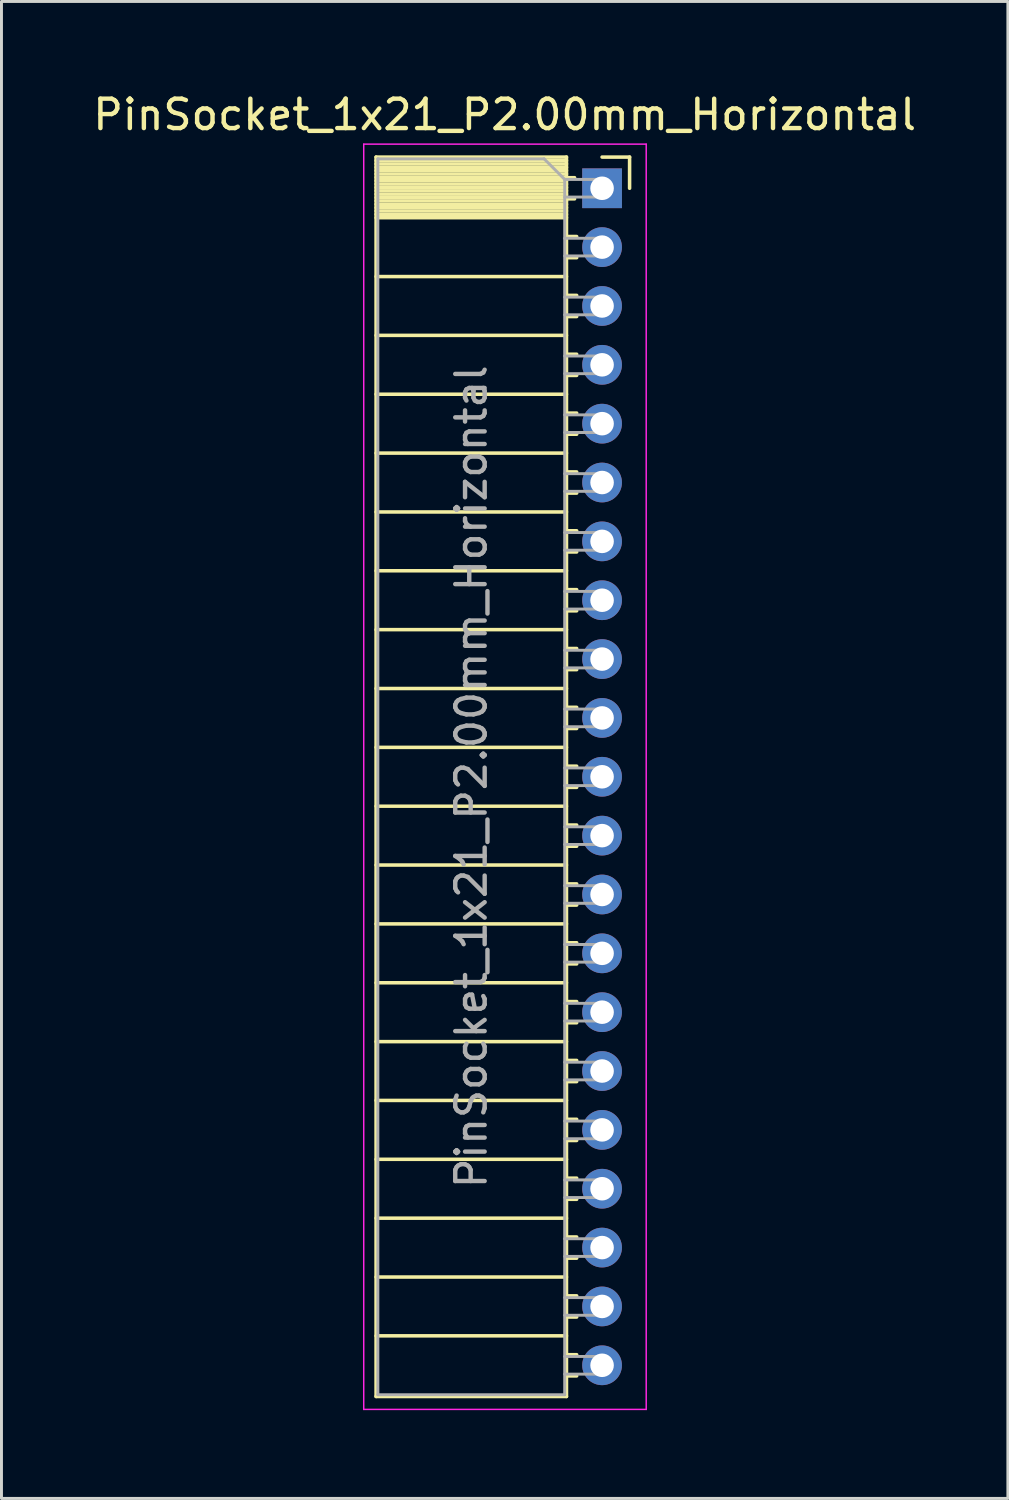
<source format=kicad_pcb>
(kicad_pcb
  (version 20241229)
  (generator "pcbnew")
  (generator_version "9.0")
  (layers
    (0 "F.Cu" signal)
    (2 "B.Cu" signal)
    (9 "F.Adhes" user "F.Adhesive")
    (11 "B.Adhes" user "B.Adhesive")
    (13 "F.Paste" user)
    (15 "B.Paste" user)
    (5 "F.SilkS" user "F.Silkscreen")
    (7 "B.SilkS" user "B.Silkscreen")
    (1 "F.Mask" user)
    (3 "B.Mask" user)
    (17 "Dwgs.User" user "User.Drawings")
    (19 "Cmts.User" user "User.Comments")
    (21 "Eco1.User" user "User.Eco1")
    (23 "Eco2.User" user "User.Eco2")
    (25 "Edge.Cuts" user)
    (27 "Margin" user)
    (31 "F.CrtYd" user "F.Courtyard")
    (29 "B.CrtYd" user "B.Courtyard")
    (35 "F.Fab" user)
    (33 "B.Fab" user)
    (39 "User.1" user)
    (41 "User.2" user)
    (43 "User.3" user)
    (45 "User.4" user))
  (footprint "PinSocket_1x21_P2.00mm_Horizontal"
    (layer "F.Cu")
    (at 17.411 3.348)
    (property "Reference" "PinSocket_1x21_P2.00mm_Horizontal" (at -3.31 -2.5 0) (layer "F.SilkS") (effects (font (size 1 1) (thickness 0.15))))
    (attr through_hole)
    (fp_line (start -7.68 -1.06) (end -7.68 41.06) (stroke (width 0.12) (type solid)) (layer "F.SilkS"))
    (fp_line (start -7.68 -1.06) (end -1.21 -1.06) (stroke (width 0.12) (type solid)) (layer "F.SilkS"))
    (fp_line (start -7.68 -0.94) (end -1.21 -0.94) (stroke (width 0.12) (type solid)) (layer "F.SilkS"))
    (fp_line (start -7.68 -0.826) (end -1.21 -0.826) (stroke (width 0.12) (type solid)) (layer "F.SilkS"))
    (fp_line (start -7.68 -0.712) (end -1.21 -0.712) (stroke (width 0.12) (type solid)) (layer "F.SilkS"))
    (fp_line (start -7.68 -0.598) (end -1.21 -0.598) (stroke (width 0.12) (type solid)) (layer "F.SilkS"))
    (fp_line (start -7.68 -0.484) (end -1.21 -0.484) (stroke (width 0.12) (type solid)) (layer "F.SilkS"))
    (fp_line (start -7.68 -0.369) (end -1.21 -0.369) (stroke (width 0.12) (type solid)) (layer "F.SilkS"))
    (fp_line (start -7.68 -0.255) (end -1.21 -0.255) (stroke (width 0.12) (type solid)) (layer "F.SilkS"))
    (fp_line (start -7.68 -0.141) (end -1.21 -0.141) (stroke (width 0.12) (type solid)) (layer "F.SilkS"))
    (fp_line (start -7.68 -0.027) (end -1.21 -0.027) (stroke (width 0.12) (type solid)) (layer "F.SilkS"))
    (fp_line (start -7.68 0.087) (end -1.21 0.087) (stroke (width 0.12) (type solid)) (layer "F.SilkS"))
    (fp_line (start -7.68 0.201) (end -1.21 0.201) (stroke (width 0.12) (type solid)) (layer "F.SilkS"))
    (fp_line (start -7.68 0.315) (end -1.21 0.315) (stroke (width 0.12) (type solid)) (layer "F.SilkS"))
    (fp_line (start -7.68 0.429) (end -1.21 0.429) (stroke (width 0.12) (type solid)) (layer "F.SilkS"))
    (fp_line (start -7.68 0.544) (end -1.21 0.544) (stroke (width 0.12) (type solid)) (layer "F.SilkS"))
    (fp_line (start -7.68 0.658) (end -1.21 0.658) (stroke (width 0.12) (type solid)) (layer "F.SilkS"))
    (fp_line (start -7.68 0.772) (end -1.21 0.772) (stroke (width 0.12) (type solid)) (layer "F.SilkS"))
    (fp_line (start -7.68 0.886) (end -1.21 0.886) (stroke (width 0.12) (type solid)) (layer "F.SilkS"))
    (fp_line (start -7.68 1) (end -1.21 1) (stroke (width 0.12) (type solid)) (layer "F.SilkS"))
    (fp_line (start -7.68 3) (end -1.21 3) (stroke (width 0.12) (type solid)) (layer "F.SilkS"))
    (fp_line (start -7.68 5) (end -1.21 5) (stroke (width 0.12) (type solid)) (layer "F.SilkS"))
    (fp_line (start -7.68 7) (end -1.21 7) (stroke (width 0.12) (type solid)) (layer "F.SilkS"))
    (fp_line (start -7.68 9) (end -1.21 9) (stroke (width 0.12) (type solid)) (layer "F.SilkS"))
    (fp_line (start -7.68 11) (end -1.21 11) (stroke (width 0.12) (type solid)) (layer "F.SilkS"))
    (fp_line (start -7.68 13) (end -1.21 13) (stroke (width 0.12) (type solid)) (layer "F.SilkS"))
    (fp_line (start -7.68 15) (end -1.21 15) (stroke (width 0.12) (type solid)) (layer "F.SilkS"))
    (fp_line (start -7.68 17) (end -1.21 17) (stroke (width 0.12) (type solid)) (layer "F.SilkS"))
    (fp_line (start -7.68 19) (end -1.21 19) (stroke (width 0.12) (type solid)) (layer "F.SilkS"))
    (fp_line (start -7.68 21) (end -1.21 21) (stroke (width 0.12) (type solid)) (layer "F.SilkS"))
    (fp_line (start -7.68 23) (end -1.21 23) (stroke (width 0.12) (type solid)) (layer "F.SilkS"))
    (fp_line (start -7.68 25) (end -1.21 25) (stroke (width 0.12) (type solid)) (layer "F.SilkS"))
    (fp_line (start -7.68 27) (end -1.21 27) (stroke (width 0.12) (type solid)) (layer "F.SilkS"))
    (fp_line (start -7.68 29) (end -1.21 29) (stroke (width 0.12) (type solid)) (layer "F.SilkS"))
    (fp_line (start -7.68 31) (end -1.21 31) (stroke (width 0.12) (type solid)) (layer "F.SilkS"))
    (fp_line (start -7.68 33) (end -1.21 33) (stroke (width 0.12) (type solid)) (layer "F.SilkS"))
    (fp_line (start -7.68 35) (end -1.21 35) (stroke (width 0.12) (type solid)) (layer "F.SilkS"))
    (fp_line (start -7.68 37) (end -1.21 37) (stroke (width 0.12) (type solid)) (layer "F.SilkS"))
    (fp_line (start -7.68 39) (end -1.21 39) (stroke (width 0.12) (type solid)) (layer "F.SilkS"))
    (fp_line (start -7.68 41.06) (end -1.21 41.06) (stroke (width 0.12) (type solid)) (layer "F.SilkS"))
    (fp_line (start -1.21 -1.06) (end -1.21 41.06) (stroke (width 0.12) (type solid)) (layer "F.SilkS"))
    (fp_line (start -1.21 -0.36) (end -0.935 -0.36) (stroke (width 0.12) (type solid)) (layer "F.SilkS"))
    (fp_line (start -1.21 0.36) (end -0.935 0.36) (stroke (width 0.12) (type solid)) (layer "F.SilkS"))
    (fp_line (start -1.21 1.64) (end -0.863 1.64) (stroke (width 0.12) (type solid)) (layer "F.SilkS"))
    (fp_line (start -1.21 2.36) (end -0.863 2.36) (stroke (width 0.12) (type solid)) (layer "F.SilkS"))
    (fp_line (start -1.21 3.64) (end -0.863 3.64) (stroke (width 0.12) (type solid)) (layer "F.SilkS"))
    (fp_line (start -1.21 4.36) (end -0.863 4.36) (stroke (width 0.12) (type solid)) (layer "F.SilkS"))
    (fp_line (start -1.21 5.64) (end -0.863 5.64) (stroke (width 0.12) (type solid)) (layer "F.SilkS"))
    (fp_line (start -1.21 6.36) (end -0.863 6.36) (stroke (width 0.12) (type solid)) (layer "F.SilkS"))
    (fp_line (start -1.21 7.64) (end -0.863 7.64) (stroke (width 0.12) (type solid)) (layer "F.SilkS"))
    (fp_line (start -1.21 8.36) (end -0.863 8.36) (stroke (width 0.12) (type solid)) (layer "F.SilkS"))
    (fp_line (start -1.21 9.64) (end -0.863 9.64) (stroke (width 0.12) (type solid)) (layer "F.SilkS"))
    (fp_line (start -1.21 10.36) (end -0.863 10.36) (stroke (width 0.12) (type solid)) (layer "F.SilkS"))
    (fp_line (start -1.21 11.64) (end -0.863 11.64) (stroke (width 0.12) (type solid)) (layer "F.SilkS"))
    (fp_line (start -1.21 12.36) (end -0.863 12.36) (stroke (width 0.12) (type solid)) (layer "F.SilkS"))
    (fp_line (start -1.21 13.64) (end -0.863 13.64) (stroke (width 0.12) (type solid)) (layer "F.SilkS"))
    (fp_line (start -1.21 14.36) (end -0.863 14.36) (stroke (width 0.12) (type solid)) (layer "F.SilkS"))
    (fp_line (start -1.21 15.64) (end -0.863 15.64) (stroke (width 0.12) (type solid)) (layer "F.SilkS"))
    (fp_line (start -1.21 16.36) (end -0.863 16.36) (stroke (width 0.12) (type solid)) (layer "F.SilkS"))
    (fp_line (start -1.21 17.64) (end -0.863 17.64) (stroke (width 0.12) (type solid)) (layer "F.SilkS"))
    (fp_line (start -1.21 18.36) (end -0.863 18.36) (stroke (width 0.12) (type solid)) (layer "F.SilkS"))
    (fp_line (start -1.21 19.64) (end -0.863 19.64) (stroke (width 0.12) (type solid)) (layer "F.SilkS"))
    (fp_line (start -1.21 20.36) (end -0.863 20.36) (stroke (width 0.12) (type solid)) (layer "F.SilkS"))
    (fp_line (start -1.21 21.64) (end -0.863 21.64) (stroke (width 0.12) (type solid)) (layer "F.SilkS"))
    (fp_line (start -1.21 22.36) (end -0.863 22.36) (stroke (width 0.12) (type solid)) (layer "F.SilkS"))
    (fp_line (start -1.21 23.64) (end -0.863 23.64) (stroke (width 0.12) (type solid)) (layer "F.SilkS"))
    (fp_line (start -1.21 24.36) (end -0.863 24.36) (stroke (width 0.12) (type solid)) (layer "F.SilkS"))
    (fp_line (start -1.21 25.64) (end -0.863 25.64) (stroke (width 0.12) (type solid)) (layer "F.SilkS"))
    (fp_line (start -1.21 26.36) (end -0.863 26.36) (stroke (width 0.12) (type solid)) (layer "F.SilkS"))
    (fp_line (start -1.21 27.64) (end -0.863 27.64) (stroke (width 0.12) (type solid)) (layer "F.SilkS"))
    (fp_line (start -1.21 28.36) (end -0.863 28.36) (stroke (width 0.12) (type solid)) (layer "F.SilkS"))
    (fp_line (start -1.21 29.64) (end -0.863 29.64) (stroke (width 0.12) (type solid)) (layer "F.SilkS"))
    (fp_line (start -1.21 30.36) (end -0.863 30.36) (stroke (width 0.12) (type solid)) (layer "F.SilkS"))
    (fp_line (start -1.21 31.64) (end -0.863 31.64) (stroke (width 0.12) (type solid)) (layer "F.SilkS"))
    (fp_line (start -1.21 32.36) (end -0.863 32.36) (stroke (width 0.12) (type solid)) (layer "F.SilkS"))
    (fp_line (start -1.21 33.64) (end -0.863 33.64) (stroke (width 0.12) (type solid)) (layer "F.SilkS"))
    (fp_line (start -1.21 34.36) (end -0.863 34.36) (stroke (width 0.12) (type solid)) (layer "F.SilkS"))
    (fp_line (start -1.21 35.64) (end -0.863 35.64) (stroke (width 0.12) (type solid)) (layer "F.SilkS"))
    (fp_line (start -1.21 36.36) (end -0.863 36.36) (stroke (width 0.12) (type solid)) (layer "F.SilkS"))
    (fp_line (start -1.21 37.64) (end -0.863 37.64) (stroke (width 0.12) (type solid)) (layer "F.SilkS"))
    (fp_line (start -1.21 38.36) (end -0.863 38.36) (stroke (width 0.12) (type solid)) (layer "F.SilkS"))
    (fp_line (start -1.21 39.64) (end -0.863 39.64) (stroke (width 0.12) (type solid)) (layer "F.SilkS"))
    (fp_line (start -1.21 40.36) (end -0.863 40.36) (stroke (width 0.12) (type solid)) (layer "F.SilkS"))
    (fp_line (start 0 -1.06) (end 0.935 -1.06) (stroke (width 0.12) (type solid)) (layer "F.SilkS"))
    (fp_line (start 0.935 -1.06) (end 0.935 0) (stroke (width 0.12) (type solid)) (layer "F.SilkS"))
    (fp_line (start -8.1 -1.5) (end -8.1 41.5) (stroke (width 0.05) (type solid)) (layer "F.CrtYd"))
    (fp_line (start -8.1 41.5) (end 1.5 41.5) (stroke (width 0.05) (type solid)) (layer "F.CrtYd"))
    (fp_line (start 1.5 -1.5) (end -8.1 -1.5) (stroke (width 0.05) (type solid)) (layer "F.CrtYd"))
    (fp_line (start 1.5 41.5) (end 1.5 -1.5) (stroke (width 0.05) (type solid)) (layer "F.CrtYd"))
    (fp_line (start -7.62 -1) (end -1.97 -1) (stroke (width 0.1) (type solid)) (layer "F.Fab"))
    (fp_line (start -7.62 41) (end -7.62 -1) (stroke (width 0.1) (type solid)) (layer "F.Fab"))
    (fp_line (start -1.97 -1) (end -1.27 -0.3) (stroke (width 0.1) (type solid)) (layer "F.Fab"))
    (fp_line (start -1.27 -0.3) (end -1.27 41) (stroke (width 0.1) (type solid)) (layer "F.Fab"))
    (fp_line (start -1.27 0.3) (end 0 0.3) (stroke (width 0.1) (type solid)) (layer "F.Fab"))
    (fp_line (start -1.27 2.3) (end 0 2.3) (stroke (width 0.1) (type solid)) (layer "F.Fab"))
    (fp_line (start -1.27 4.3) (end 0 4.3) (stroke (width 0.1) (type solid)) (layer "F.Fab"))
    (fp_line (start -1.27 6.3) (end 0 6.3) (stroke (width 0.1) (type solid)) (layer "F.Fab"))
    (fp_line (start -1.27 8.3) (end 0 8.3) (stroke (width 0.1) (type solid)) (layer "F.Fab"))
    (fp_line (start -1.27 10.3) (end 0 10.3) (stroke (width 0.1) (type solid)) (layer "F.Fab"))
    (fp_line (start -1.27 12.3) (end 0 12.3) (stroke (width 0.1) (type solid)) (layer "F.Fab"))
    (fp_line (start -1.27 14.3) (end 0 14.3) (stroke (width 0.1) (type solid)) (layer "F.Fab"))
    (fp_line (start -1.27 16.3) (end 0 16.3) (stroke (width 0.1) (type solid)) (layer "F.Fab"))
    (fp_line (start -1.27 18.3) (end 0 18.3) (stroke (width 0.1) (type solid)) (layer "F.Fab"))
    (fp_line (start -1.27 20.3) (end 0 20.3) (stroke (width 0.1) (type solid)) (layer "F.Fab"))
    (fp_line (start -1.27 22.3) (end 0 22.3) (stroke (width 0.1) (type solid)) (layer "F.Fab"))
    (fp_line (start -1.27 24.3) (end 0 24.3) (stroke (width 0.1) (type solid)) (layer "F.Fab"))
    (fp_line (start -1.27 26.3) (end 0 26.3) (stroke (width 0.1) (type solid)) (layer "F.Fab"))
    (fp_line (start -1.27 28.3) (end 0 28.3) (stroke (width 0.1) (type solid)) (layer "F.Fab"))
    (fp_line (start -1.27 30.3) (end 0 30.3) (stroke (width 0.1) (type solid)) (layer "F.Fab"))
    (fp_line (start -1.27 32.3) (end 0 32.3) (stroke (width 0.1) (type solid)) (layer "F.Fab"))
    (fp_line (start -1.27 34.3) (end 0 34.3) (stroke (width 0.1) (type solid)) (layer "F.Fab"))
    (fp_line (start -1.27 36.3) (end 0 36.3) (stroke (width 0.1) (type solid)) (layer "F.Fab"))
    (fp_line (start -1.27 38.3) (end 0 38.3) (stroke (width 0.1) (type solid)) (layer "F.Fab"))
    (fp_line (start -1.27 40.3) (end 0 40.3) (stroke (width 0.1) (type solid)) (layer "F.Fab"))
    (fp_line (start -1.27 41) (end -7.62 41) (stroke (width 0.1) (type solid)) (layer "F.Fab"))
    (fp_line (start 0 -0.3) (end -1.27 -0.3) (stroke (width 0.1) (type solid)) (layer "F.Fab"))
    (fp_line (start 0 0.3) (end 0 -0.3) (stroke (width 0.1) (type solid)) (layer "F.Fab"))
    (fp_line (start 0 1.7) (end -1.27 1.7) (stroke (width 0.1) (type solid)) (layer "F.Fab"))
    (fp_line (start 0 2.3) (end 0 1.7) (stroke (width 0.1) (type solid)) (layer "F.Fab"))
    (fp_line (start 0 3.7) (end -1.27 3.7) (stroke (width 0.1) (type solid)) (layer "F.Fab"))
    (fp_line (start 0 4.3) (end 0 3.7) (stroke (width 0.1) (type solid)) (layer "F.Fab"))
    (fp_line (start 0 5.7) (end -1.27 5.7) (stroke (width 0.1) (type solid)) (layer "F.Fab"))
    (fp_line (start 0 6.3) (end 0 5.7) (stroke (width 0.1) (type solid)) (layer "F.Fab"))
    (fp_line (start 0 7.7) (end -1.27 7.7) (stroke (width 0.1) (type solid)) (layer "F.Fab"))
    (fp_line (start 0 8.3) (end 0 7.7) (stroke (width 0.1) (type solid)) (layer "F.Fab"))
    (fp_line (start 0 9.7) (end -1.27 9.7) (stroke (width 0.1) (type solid)) (layer "F.Fab"))
    (fp_line (start 0 10.3) (end 0 9.7) (stroke (width 0.1) (type solid)) (layer "F.Fab"))
    (fp_line (start 0 11.7) (end -1.27 11.7) (stroke (width 0.1) (type solid)) (layer "F.Fab"))
    (fp_line (start 0 12.3) (end 0 11.7) (stroke (width 0.1) (type solid)) (layer "F.Fab"))
    (fp_line (start 0 13.7) (end -1.27 13.7) (stroke (width 0.1) (type solid)) (layer "F.Fab"))
    (fp_line (start 0 14.3) (end 0 13.7) (stroke (width 0.1) (type solid)) (layer "F.Fab"))
    (fp_line (start 0 15.7) (end -1.27 15.7) (stroke (width 0.1) (type solid)) (layer "F.Fab"))
    (fp_line (start 0 16.3) (end 0 15.7) (stroke (width 0.1) (type solid)) (layer "F.Fab"))
    (fp_line (start 0 17.7) (end -1.27 17.7) (stroke (width 0.1) (type solid)) (layer "F.Fab"))
    (fp_line (start 0 18.3) (end 0 17.7) (stroke (width 0.1) (type solid)) (layer "F.Fab"))
    (fp_line (start 0 19.7) (end -1.27 19.7) (stroke (width 0.1) (type solid)) (layer "F.Fab"))
    (fp_line (start 0 20.3) (end 0 19.7) (stroke (width 0.1) (type solid)) (layer "F.Fab"))
    (fp_line (start 0 21.7) (end -1.27 21.7) (stroke (width 0.1) (type solid)) (layer "F.Fab"))
    (fp_line (start 0 22.3) (end 0 21.7) (stroke (width 0.1) (type solid)) (layer "F.Fab"))
    (fp_line (start 0 23.7) (end -1.27 23.7) (stroke (width 0.1) (type solid)) (layer "F.Fab"))
    (fp_line (start 0 24.3) (end 0 23.7) (stroke (width 0.1) (type solid)) (layer "F.Fab"))
    (fp_line (start 0 25.7) (end -1.27 25.7) (stroke (width 0.1) (type solid)) (layer "F.Fab"))
    (fp_line (start 0 26.3) (end 0 25.7) (stroke (width 0.1) (type solid)) (layer "F.Fab"))
    (fp_line (start 0 27.7) (end -1.27 27.7) (stroke (width 0.1) (type solid)) (layer "F.Fab"))
    (fp_line (start 0 28.3) (end 0 27.7) (stroke (width 0.1) (type solid)) (layer "F.Fab"))
    (fp_line (start 0 29.7) (end -1.27 29.7) (stroke (width 0.1) (type solid)) (layer "F.Fab"))
    (fp_line (start 0 30.3) (end 0 29.7) (stroke (width 0.1) (type solid)) (layer "F.Fab"))
    (fp_line (start 0 31.7) (end -1.27 31.7) (stroke (width 0.1) (type solid)) (layer "F.Fab"))
    (fp_line (start 0 32.3) (end 0 31.7) (stroke (width 0.1) (type solid)) (layer "F.Fab"))
    (fp_line (start 0 33.7) (end -1.27 33.7) (stroke (width 0.1) (type solid)) (layer "F.Fab"))
    (fp_line (start 0 34.3) (end 0 33.7) (stroke (width 0.1) (type solid)) (layer "F.Fab"))
    (fp_line (start 0 35.7) (end -1.27 35.7) (stroke (width 0.1) (type solid)) (layer "F.Fab"))
    (fp_line (start 0 36.3) (end 0 35.7) (stroke (width 0.1) (type solid)) (layer "F.Fab"))
    (fp_line (start 0 37.7) (end -1.27 37.7) (stroke (width 0.1) (type solid)) (layer "F.Fab"))
    (fp_line (start 0 38.3) (end 0 37.7) (stroke (width 0.1) (type solid)) (layer "F.Fab"))
    (fp_line (start 0 39.7) (end -1.27 39.7) (stroke (width 0.1) (type solid)) (layer "F.Fab"))
    (fp_line (start 0 40.3) (end 0 39.7) (stroke (width 0.1) (type solid)) (layer "F.Fab"))
    (fp_text user "${REFERENCE}" (at -4.445 20 90) (layer "F.Fab") (effects (font (size 1 1) (thickness 0.15))))
    (pad "1" thru_hole rect (at 0 0) (size 1.35 1.35) (drill 0.8) (layers "*.Cu" "*.Mask"))
    (pad "2" thru_hole circle (at 0 2) (size 1.35 1.35) (drill 0.8) (layers "*.Cu" "*.Mask"))
    (pad "3" thru_hole circle (at 0 4) (size 1.35 1.35) (drill 0.8) (layers "*.Cu" "*.Mask"))
    (pad "4" thru_hole circle (at 0 6) (size 1.35 1.35) (drill 0.8) (layers "*.Cu" "*.Mask"))
    (pad "5" thru_hole circle (at 0 8) (size 1.35 1.35) (drill 0.8) (layers "*.Cu" "*.Mask"))
    (pad "6" thru_hole circle (at 0 10) (size 1.35 1.35) (drill 0.8) (layers "*.Cu" "*.Mask"))
    (pad "7" thru_hole circle (at 0 12) (size 1.35 1.35) (drill 0.8) (layers "*.Cu" "*.Mask"))
    (pad "8" thru_hole circle (at 0 14) (size 1.35 1.35) (drill 0.8) (layers "*.Cu" "*.Mask"))
    (pad "9" thru_hole circle (at 0 16) (size 1.35 1.35) (drill 0.8) (layers "*.Cu" "*.Mask"))
    (pad "10" thru_hole circle (at 0 18) (size 1.35 1.35) (drill 0.8) (layers "*.Cu" "*.Mask"))
    (pad "11" thru_hole circle (at 0 20) (size 1.35 1.35) (drill 0.8) (layers "*.Cu" "*.Mask"))
    (pad "12" thru_hole circle (at 0 22) (size 1.35 1.35) (drill 0.8) (layers "*.Cu" "*.Mask"))
    (pad "13" thru_hole circle (at 0 24) (size 1.35 1.35) (drill 0.8) (layers "*.Cu" "*.Mask"))
    (pad "14" thru_hole circle (at 0 26) (size 1.35 1.35) (drill 0.8) (layers "*.Cu" "*.Mask"))
    (pad "15" thru_hole circle (at 0 28) (size 1.35 1.35) (drill 0.8) (layers "*.Cu" "*.Mask"))
    (pad "16" thru_hole circle (at 0 30) (size 1.35 1.35) (drill 0.8) (layers "*.Cu" "*.Mask"))
    (pad "17" thru_hole circle (at 0 32) (size 1.35 1.35) (drill 0.8) (layers "*.Cu" "*.Mask"))
    (pad "18" thru_hole circle (at 0 34) (size 1.35 1.35) (drill 0.8) (layers "*.Cu" "*.Mask"))
    (pad "19" thru_hole circle (at 0 36) (size 1.35 1.35) (drill 0.8) (layers "*.Cu" "*.Mask"))
    (pad "20" thru_hole circle (at 0 38) (size 1.35 1.35) (drill 0.8) (layers "*.Cu" "*.Mask"))
    (pad "21" thru_hole circle (at 0 40) (size 1.35 1.35) (drill 0.8) (layers "*.Cu" "*.Mask")))
  (gr_rect
    (start -3 -3)
    (end 31.202 47.873)
    (stroke (width 0.1) (type default))
    (fill no)
    (layer "Edge.Cuts")))
</source>
